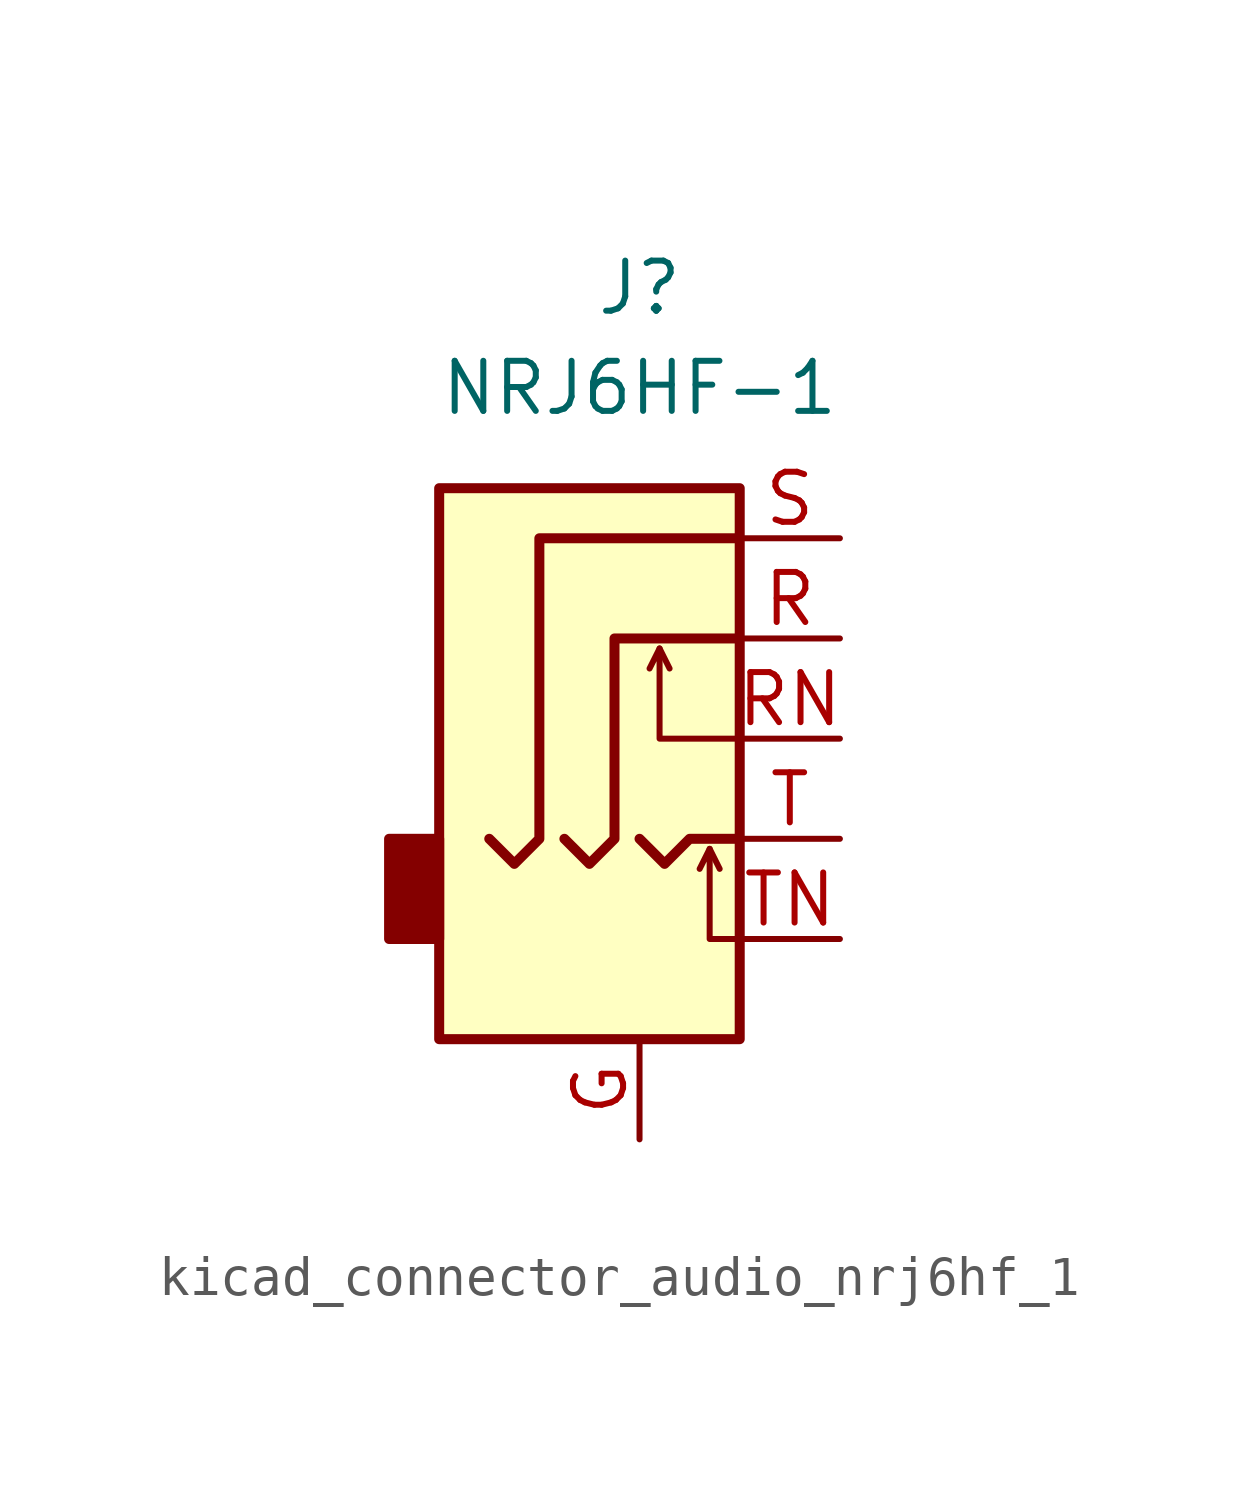
<source format=kicad_sym>
(kicad_symbol_lib
  (version 20220914)
  (generator kicad_symbol_editor)
  (symbol "kicad_connector_audio_nrj6hf_1"
    (property "Reference" "J"
      (at 0 8.89 0)
      (effects (font (size 1.27 1.27))))
    (property "Value" "NRJ6HF-1"
      (at 0 6.35 0)
      (effects (font (size 1.27 1.27))))
    (symbol "kicad_connector_audio_nrj6hf_1_0_1"
      (rectangle (start -5.08 -5.08) (end -6.35 -7.62) (stroke (width 0.254) (type default)) (fill (type outline)))
      (polyline (pts (xy 0.508 -0.254) (xy 0.762 -0.762)) (stroke (width 0) (type default)) (fill (type none)))
      (polyline (pts (xy 1.778 -5.334) (xy 2.032 -5.842)) (stroke (width 0) (type default)) (fill (type none)))
      (polyline (pts (xy 0 -5.08) (xy 0.635 -5.715) (xy 1.27 -5.08) (xy 2.54 -5.08)) (stroke (width 0.254) (type default)) (fill (type none)))
      (polyline (pts (xy 2.54 -7.62) (xy 1.778 -7.62) (xy 1.778 -5.334) (xy 1.524 -5.842)) (stroke (width 0) (type default)) (fill (type none)))
      (polyline (pts (xy 2.54 -2.54) (xy 0.508 -2.54) (xy 0.508 -0.254) (xy 0.254 -0.762)) (stroke (width 0) (type default)) (fill (type none)))
      (polyline (pts (xy -1.905 -5.08) (xy -1.27 -5.715) (xy -0.635 -5.08) (xy -0.635 0) (xy 2.54 0)) (stroke (width 0.254) (type default)) (fill (type none)))
      (polyline (pts (xy 2.54 2.54) (xy -2.54 2.54) (xy -2.54 -5.08) (xy -3.175 -5.715) (xy -3.81 -5.08)) (stroke (width 0.254) (type default)) (fill (type none)))
      (rectangle (start 2.54 3.81) (end -5.08 -10.16) (stroke (width 0.254) (type default)) (fill (type background))))
    (symbol "kicad_connector_audio_nrj6hf_1_1_1"
      (pin passive line (at 0 -12.7 90) (length 2.54) (name "~" (effects (font (size 1.27 1.27)))) (number "G" (effects (font (size 1.27 1.27)))))
      (pin passive line (at 5.08 0 180) (length 2.54) (name "~" (effects (font (size 1.27 1.27)))) (number "R" (effects (font (size 1.27 1.27)))))
      (pin passive line (at 5.08 -2.54 180) (length 2.54) (name "~" (effects (font (size 1.27 1.27)))) (number "RN" (effects (font (size 1.27 1.27)))))
      (pin passive line (at 5.08 2.54 180) (length 2.54) (name "~" (effects (font (size 1.27 1.27)))) (number "S" (effects (font (size 1.27 1.27)))))
      (pin passive line (at 5.08 -5.08 180) (length 2.54) (name "~" (effects (font (size 1.27 1.27)))) (number "T" (effects (font (size 1.27 1.27)))))
      (pin passive line (at 5.08 -7.62 180) (length 2.54) (name "~" (effects (font (size 1.27 1.27)))) (number "TN" (effects (font (size 1.27 1.27))))))))
</source>
